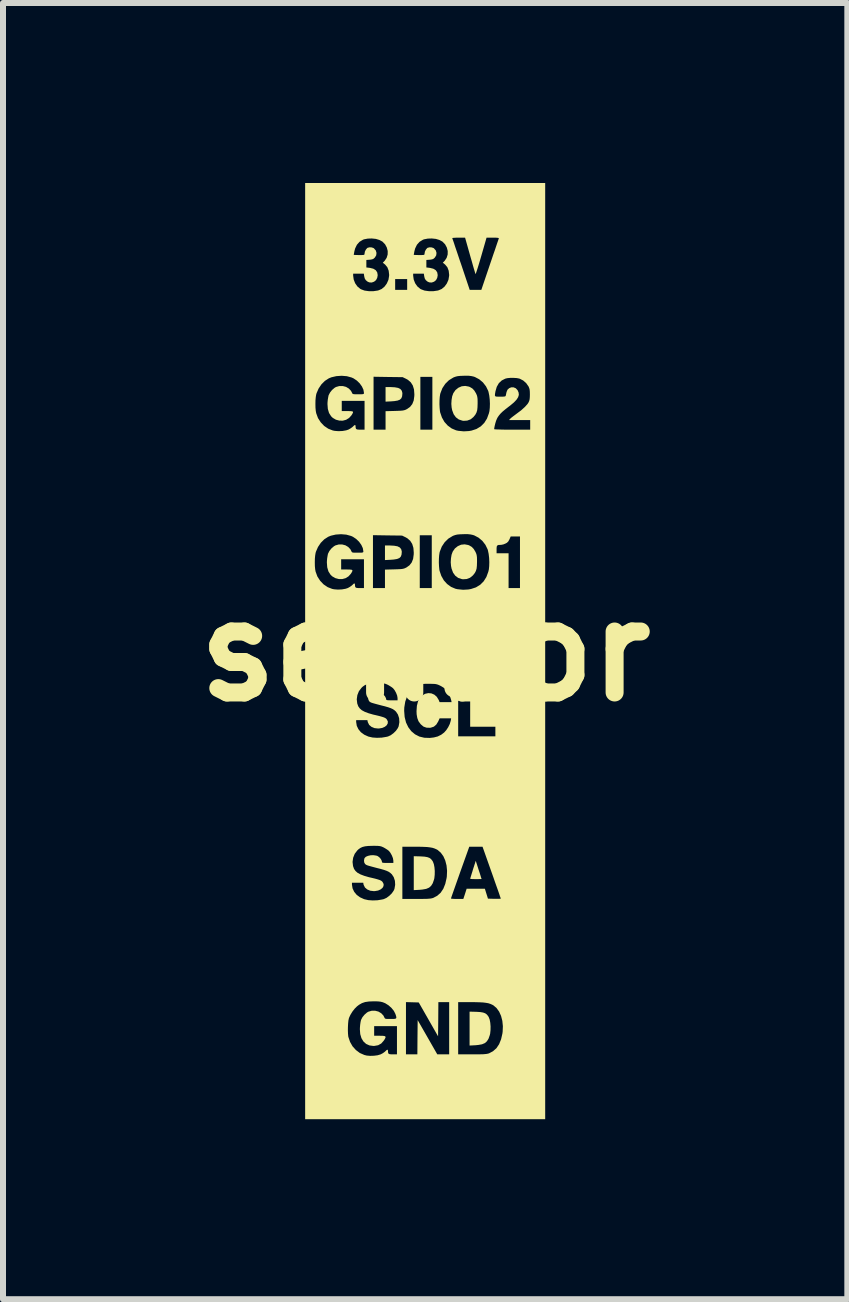
<source format=kicad_pcb>
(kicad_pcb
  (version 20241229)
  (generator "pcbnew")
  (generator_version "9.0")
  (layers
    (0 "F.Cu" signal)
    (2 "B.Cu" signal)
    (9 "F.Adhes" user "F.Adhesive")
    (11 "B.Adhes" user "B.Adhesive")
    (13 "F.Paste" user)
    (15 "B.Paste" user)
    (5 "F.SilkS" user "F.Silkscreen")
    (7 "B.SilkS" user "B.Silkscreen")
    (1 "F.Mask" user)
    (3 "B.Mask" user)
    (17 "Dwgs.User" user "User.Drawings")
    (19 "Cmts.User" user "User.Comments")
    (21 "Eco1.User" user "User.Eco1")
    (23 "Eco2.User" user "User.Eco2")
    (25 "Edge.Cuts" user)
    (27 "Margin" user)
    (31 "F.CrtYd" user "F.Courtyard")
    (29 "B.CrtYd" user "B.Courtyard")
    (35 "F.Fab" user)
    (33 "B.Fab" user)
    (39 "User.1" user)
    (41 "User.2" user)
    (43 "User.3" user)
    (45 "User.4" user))
  (footprint "sensor"
    (layer "F.Cu")
    (at 4.035 7.8)
    (property "Reference" "sensor" (at 0 0 0) (layer "F.SilkS") (effects (font (size 1.524 1.524) (thickness 0.3))))
    (attr board_only exclude_from_pos_files exclude_from_bom)
    (fp_poly (pts (xy -0.588 -1.76) (xy -0.516 -1.756) (xy -0.461 -1.746) (xy -0.423 -1.727) (xy -0.4 -1.699) (xy -0.39 -1.662) (xy -0.39 -1.649) (xy -0.394 -1.606) (xy -0.407 -1.573) (xy -0.431 -1.55) (xy -0.469 -1.535) (xy -0.523 -1.526) (xy -0.573 -1.522) (xy -0.67 -1.517) (xy -0.67 -1.76)) (stroke (width 0) (type solid)) (fill yes) (layer "F.SilkS"))
    (fp_poly (pts (xy -0.578 -4.4) (xy -0.506 -4.396) (xy -0.451 -4.386) (xy -0.413 -4.367) (xy -0.39 -4.339) (xy -0.38 -4.302) (xy -0.38 -4.289) (xy -0.384 -4.246) (xy -0.397 -4.213) (xy -0.421 -4.19) (xy -0.459 -4.175) (xy -0.513 -4.166) (xy -0.562 -4.162) (xy -0.66 -4.157) (xy -0.66 -4.4)) (stroke (width 0) (type solid)) (fill yes) (layer "F.SilkS"))
    (fp_poly (pts (xy 0.891 3.645) (xy 0.908 3.696) (xy 0.922 3.74) (xy 0.932 3.774) (xy 0.939 3.794) (xy 0.94 3.797) (xy 0.931 3.799) (xy 0.906 3.799) (xy 0.87 3.8) (xy 0.845 3.8) (xy 0.804 3.799) (xy 0.772 3.798) (xy 0.753 3.795) (xy 0.75 3.794) (xy 0.753 3.783) (xy 0.761 3.756) (xy 0.773 3.717) (xy 0.788 3.669) (xy 0.796 3.641) (xy 0.843 3.495)) (stroke (width 0) (type solid)) (fill yes) (layer "F.SilkS"))
    (fp_poly (pts (xy -0.077 3.421) (xy -0.013 3.425) (xy 0.035 3.433) (xy 0.071 3.446) (xy 0.098 3.466) (xy 0.121 3.495) (xy 0.13 3.511) (xy 0.145 3.551) (xy 0.155 3.604) (xy 0.16 3.665) (xy 0.159 3.727) (xy 0.153 3.785) (xy 0.146 3.812) (xy 0.126 3.869) (xy 0.099 3.912) (xy 0.065 3.942) (xy 0.018 3.962) (xy -0.043 3.973) (xy -0.092 3.978) (xy -0.19 3.983) (xy -0.19 3.418)) (stroke (width 0) (type solid)) (fill yes) (layer "F.SilkS"))
    (fp_poly (pts (xy 0.853 6.011) (xy 0.917 6.015) (xy 0.965 6.023) (xy 1.001 6.036) (xy 1.028 6.056) (xy 1.051 6.085) (xy 1.06 6.101) (xy 1.075 6.141) (xy 1.085 6.194) (xy 1.09 6.255) (xy 1.089 6.317) (xy 1.083 6.375) (xy 1.076 6.402) (xy 1.056 6.459) (xy 1.029 6.502) (xy 0.995 6.532) (xy 0.948 6.552) (xy 0.887 6.563) (xy 0.838 6.568) (xy 0.74 6.573) (xy 0.74 6.008)) (stroke (width 0) (type solid)) (fill yes) (layer "F.SilkS"))
    (fp_poly (pts (xy 0.717 -1.768) (xy 0.735 -1.761) (xy 0.777 -1.736) (xy 0.809 -1.702) (xy 0.838 -1.654) (xy 0.842 -1.645) (xy 0.853 -1.619) (xy 0.859 -1.594) (xy 0.863 -1.563) (xy 0.864 -1.521) (xy 0.864 -1.485) (xy 0.862 -1.422) (xy 0.857 -1.374) (xy 0.845 -1.335) (xy 0.827 -1.301) (xy 0.799 -1.266) (xy 0.794 -1.26) (xy 0.747 -1.222) (xy 0.691 -1.201) (xy 0.63 -1.197) (xy 0.61 -1.2) (xy 0.55 -1.22) (xy 0.502 -1.256) (xy 0.465 -1.307) (xy 0.44 -1.374) (xy 0.431 -1.419) (xy 0.426 -1.48) (xy 0.43 -1.545) (xy 0.44 -1.606) (xy 0.458 -1.655) (xy 0.459 -1.658) (xy 0.496 -1.711) (xy 0.544 -1.749) (xy 0.599 -1.773) (xy 0.658 -1.779)) (stroke (width 0) (type solid)) (fill yes) (layer "F.SilkS"))
    (fp_poly (pts (xy 0.727 -4.408) (xy 0.745 -4.401) (xy 0.787 -4.376) (xy 0.819 -4.342) (xy 0.848 -4.294) (xy 0.852 -4.285) (xy 0.863 -4.259) (xy 0.869 -4.234) (xy 0.873 -4.203) (xy 0.874 -4.161) (xy 0.874 -4.125) (xy 0.872 -4.062) (xy 0.867 -4.014) (xy 0.855 -3.975) (xy 0.837 -3.941) (xy 0.809 -3.906) (xy 0.804 -3.9) (xy 0.757 -3.862) (xy 0.701 -3.841) (xy 0.64 -3.837) (xy 0.62 -3.84) (xy 0.56 -3.86) (xy 0.512 -3.896) (xy 0.475 -3.947) (xy 0.45 -4.014) (xy 0.441 -4.059) (xy 0.436 -4.12) (xy 0.44 -4.185) (xy 0.45 -4.246) (xy 0.468 -4.295) (xy 0.469 -4.298) (xy 0.506 -4.351) (xy 0.554 -4.389) (xy 0.609 -4.413) (xy 0.668 -4.419)) (stroke (width 0) (type solid)) (fill yes) (layer "F.SilkS"))
    (fp_poly (pts (xy 2 7.8) (xy -2 7.8) (xy -2 6.319) (xy -1.288 6.319) (xy -1.286 6.374) (xy -1.282 6.417) (xy -1.28 6.429) (xy -1.252 6.512) (xy -1.21 6.586) (xy -1.154 6.648) (xy -1.089 6.697) (xy -1.014 6.73) (xy -0.974 6.74) (xy -0.916 6.745) (xy -0.853 6.743) (xy -0.792 6.735) (xy -0.742 6.72) (xy -0.74 6.719) (xy -0.706 6.701) (xy -0.674 6.678) (xy -0.664 6.669) (xy -0.641 6.647) (xy -0.627 6.642) (xy -0.621 6.652) (xy -0.62 6.664) (xy -0.618 6.692) (xy -0.61 6.709) (xy -0.592 6.717) (xy -0.559 6.72) (xy -0.539 6.72) (xy -0.47 6.72) (xy -0.47 6.25) (xy -0.85 6.25) (xy -0.85 6.41) (xy -0.755 6.41) (xy -0.706 6.411) (xy -0.675 6.415) (xy -0.661 6.425) (xy -0.661 6.442) (xy -0.675 6.469) (xy -0.691 6.493) (xy -0.732 6.539) (xy -0.784 6.568) (xy -0.846 6.579) (xy -0.861 6.58) (xy -0.928 6.571) (xy -0.984 6.546) (xy -1.029 6.505) (xy -1.062 6.45) (xy -1.082 6.382) (xy -1.088 6.302) (xy -1.087 6.271) (xy -1.083 6.226) (xy -1.077 6.184) (xy -1.07 6.152) (xy -1.069 6.147) (xy -1.046 6.102) (xy -1.011 6.059) (xy -0.97 6.023) (xy -0.946 6.009) (xy -0.89 5.993) (xy -0.833 5.993) (xy -0.779 6.007) (xy -0.732 6.035) (xy -0.696 6.073) (xy -0.681 6.103) (xy -0.675 6.115) (xy -0.668 6.123) (xy -0.654 6.128) (xy -0.63 6.13) (xy -0.591 6.13) (xy -0.575 6.13) (xy -0.528 6.13) (xy -0.498 6.127) (xy -0.483 6.118) (xy -0.48 6.101) (xy -0.487 6.073) (xy -0.497 6.044) (xy -0.522 5.995) (xy -0.561 5.947) (xy -0.61 5.903) (xy -0.664 5.869) (xy -0.685 5.86) (xy -0.714 5.849) (xy -0.32 5.849) (xy -0.32 6.72) (xy -0.13 6.72) (xy -0.128 6.435) (xy -0.125 6.149) (xy 0.039 6.435) (xy 0.202 6.72) (xy 0.4 6.72) (xy 0.4 5.85) (xy 0.55 5.85) (xy 0.55 6.72) (xy 0.782 6.72) (xy 0.86 6.72) (xy 0.92 6.719) (xy 0.967 6.718) (xy 1.002 6.715) (xy 1.028 6.712) (xy 1.05 6.707) (xy 1.064 6.703) (xy 1.13 6.668) (xy 1.187 6.618) (xy 1.232 6.551) (xy 1.265 6.469) (xy 1.287 6.373) (xy 1.291 6.345) (xy 1.295 6.251) (xy 1.286 6.162) (xy 1.265 6.08) (xy 1.233 6.008) (xy 1.19 5.949) (xy 1.138 5.904) (xy 1.116 5.892) (xy 1.086 5.879) (xy 1.052 5.868) (xy 1.012 5.861) (xy 0.963 5.855) (xy 0.901 5.852) (xy 0.825 5.85) (xy 0.752 5.85) (xy 0.55 5.85) (xy 0.4 5.85) (xy 0.22 5.85) (xy 0.218 6.134) (xy 0.215 6.419) (xy 0.054 6.137) (xy -0.107 5.855) (xy -0.214 5.852) (xy -0.32 5.849) (xy -0.714 5.849) (xy -0.716 5.849) (xy -0.745 5.842) (xy -0.78 5.838) (xy -0.825 5.836) (xy -0.86 5.836) (xy -0.937 5.839) (xy -1 5.848) (xy -1.053 5.866) (xy -1.102 5.894) (xy -1.137 5.921) (xy -1.175 5.959) (xy -1.213 6.008) (xy -1.246 6.062) (xy -1.269 6.112) (xy -1.271 6.119) (xy -1.279 6.155) (xy -1.284 6.204) (xy -1.287 6.261) (xy -1.288 6.319) (xy -2 6.319) (xy -2 3.891) (xy -1.22 3.891) (xy -1.21 3.954) (xy -1.183 4.011) (xy -1.141 4.062) (xy -1.085 4.103) (xy -1.017 4.134) (xy -0.947 4.15) (xy -0.873 4.155) (xy -0.794 4.152) (xy -0.721 4.14) (xy -0.69 4.133) (xy -0.644 4.112) (xy -0.598 4.078) (xy -0.557 4.038) (xy -0.526 3.994) (xy -0.512 3.964) (xy -0.5 3.895) (xy -0.504 3.828) (xy -0.524 3.767) (xy -0.557 3.717) (xy -0.558 3.717) (xy -0.581 3.696) (xy -0.607 3.678) (xy -0.641 3.662) (xy -0.686 3.646) (xy -0.745 3.629) (xy -0.798 3.616) (xy -0.862 3.599) (xy -0.91 3.586) (xy -0.945 3.576) (xy -0.969 3.568) (xy -0.985 3.56) (xy -0.997 3.551) (xy -1.003 3.545) (xy -1.016 3.52) (xy -1.019 3.487) (xy -1.012 3.454) (xy -1.01 3.449) (xy -0.988 3.427) (xy -0.952 3.412) (xy -0.907 3.402) (xy -0.86 3.401) (xy -0.814 3.408) (xy -0.795 3.414) (xy -0.766 3.434) (xy -0.74 3.463) (xy -0.724 3.494) (xy -0.72 3.513) (xy -0.718 3.521) (xy -0.709 3.526) (xy -0.69 3.529) (xy -0.657 3.53) (xy -0.625 3.53) (xy -0.53 3.53) (xy -0.53 3.493) (xy -0.537 3.451) (xy -0.555 3.405) (xy -0.58 3.36) (xy -0.606 3.328) (xy -0.631 3.309) (xy -0.666 3.287) (xy -0.69 3.273) (xy -0.714 3.262) (xy -0.718 3.26) (xy -0.38 3.26) (xy -0.38 4.13) (xy -0.147 4.13) (xy -0.07 4.13) (xy -0.01 4.129) (xy 0.037 4.128) (xy 0.072 4.125) (xy 0.093 4.123) (xy 0.43 4.123) (xy 0.439 4.126) (xy 0.464 4.128) (xy 0.501 4.13) (xy 0.533 4.13) (xy 0.636 4.13) (xy 0.664 4.045) (xy 0.691 3.96) (xy 0.995 3.96) (xy 1.046 4.125) (xy 1.153 4.128) (xy 1.196 4.128) (xy 1.231 4.128) (xy 1.254 4.126) (xy 1.26 4.124) (xy 1.257 4.114) (xy 1.247 4.087) (xy 1.233 4.044) (xy 1.214 3.989) (xy 1.19 3.922) (xy 1.163 3.846) (xy 1.134 3.762) (xy 1.108 3.689) (xy 0.956 3.26) (xy 0.735 3.26) (xy 0.582 3.688) (xy 0.551 3.776) (xy 0.522 3.858) (xy 0.496 3.932) (xy 0.473 3.997) (xy 0.454 4.051) (xy 0.44 4.091) (xy 0.432 4.115) (xy 0.43 4.123) (xy 0.093 4.123) (xy 0.098 4.122) (xy 0.12 4.117) (xy 0.134 4.113) (xy 0.2 4.078) (xy 0.257 4.028) (xy 0.302 3.961) (xy 0.335 3.879) (xy 0.357 3.783) (xy 0.361 3.755) (xy 0.365 3.661) (xy 0.356 3.572) (xy 0.335 3.49) (xy 0.303 3.418) (xy 0.26 3.359) (xy 0.208 3.314) (xy 0.186 3.302) (xy 0.156 3.289) (xy 0.122 3.278) (xy 0.082 3.271) (xy 0.033 3.265) (xy -0.029 3.262) (xy -0.105 3.26) (xy -0.177 3.26) (xy -0.38 3.26) (xy -0.718 3.26) (xy -0.735 3.254) (xy -0.758 3.249) (xy -0.787 3.246) (xy -0.828 3.245) (xy -0.875 3.245) (xy -0.946 3.247) (xy -1.001 3.253) (xy -1.045 3.264) (xy -1.081 3.281) (xy -1.115 3.306) (xy -1.132 3.323) (xy -1.174 3.378) (xy -1.2 3.443) (xy -1.21 3.513) (xy -1.202 3.583) (xy -1.2 3.588) (xy -1.185 3.63) (xy -1.16 3.665) (xy -1.126 3.695) (xy -1.078 3.721) (xy -1.015 3.745) (xy -0.936 3.768) (xy -0.9 3.776) (xy -0.837 3.791) (xy -0.791 3.804) (xy -0.757 3.815) (xy -0.734 3.826) (xy -0.718 3.838) (xy -0.709 3.849) (xy -0.692 3.882) (xy -0.694 3.915) (xy -0.711 3.946) (xy -0.742 3.971) (xy -0.784 3.99) (xy -0.836 3.999) (xy -0.855 4) (xy -0.915 3.993) (xy -0.965 3.972) (xy -1.003 3.94) (xy -1.024 3.898) (xy -1.027 3.889) (xy -1.032 3.86) (xy -1.22 3.86) (xy -1.22 3.891) (xy -2 3.891) (xy -2 1.181) (xy -1.15 1.181) (xy -1.14 1.244) (xy -1.113 1.301) (xy -1.071 1.352) (xy -1.015 1.393) (xy -0.947 1.424) (xy -0.877 1.44) (xy -0.803 1.445) (xy -0.724 1.442) (xy -0.651 1.43) (xy -0.62 1.423) (xy -0.574 1.402) (xy -0.528 1.368) (xy -0.487 1.328) (xy -0.456 1.284) (xy -0.442 1.254) (xy -0.43 1.185) (xy -0.434 1.118) (xy -0.454 1.057) (xy -0.487 1.007) (xy -0.488 1.007) (xy -0.501 0.995) (xy -0.35 0.995) (xy -0.342 1.098) (xy -0.319 1.19) (xy -0.281 1.269) (xy -0.231 1.335) (xy -0.169 1.387) (xy -0.097 1.424) (xy -0.014 1.444) (xy 0.077 1.447) (xy 0.145 1.439) (xy 0.211 1.422) (xy 0.214 1.42) (xy 0.55 1.42) (xy 1.17 1.42) (xy 1.17 1.26) (xy 0.75 1.26) (xy 0.75 0.55) (xy 0.55 0.55) (xy 0.55 1.42) (xy 0.214 1.42) (xy 0.267 1.394) (xy 0.316 1.357) (xy 0.351 1.318) (xy 0.384 1.268) (xy 0.41 1.215) (xy 0.425 1.165) (xy 0.426 1.162) (xy 0.433 1.12) (xy 0.241 1.12) (xy 0.217 1.173) (xy 0.185 1.225) (xy 0.145 1.259) (xy 0.094 1.276) (xy 0.08 1.278) (xy 0.022 1.276) (xy -0.028 1.258) (xy -0.072 1.221) (xy -0.078 1.214) (xy -0.111 1.169) (xy -0.131 1.116) (xy -0.142 1.053) (xy -0.144 1.001) (xy -0.138 0.912) (xy -0.12 0.839) (xy -0.09 0.781) (xy -0.089 0.78) (xy -0.047 0.737) (xy 0.001 0.711) (xy 0.053 0.7) (xy 0.105 0.705) (xy 0.153 0.726) (xy 0.194 0.762) (xy 0.224 0.812) (xy 0.225 0.812) (xy 0.24 0.85) (xy 0.44 0.85) (xy 0.434 0.818) (xy 0.421 0.775) (xy 0.4 0.726) (xy 0.373 0.68) (xy 0.345 0.642) (xy 0.333 0.629) (xy 0.302 0.606) (xy 0.264 0.583) (xy 0.24 0.571) (xy 0.215 0.56) (xy 0.192 0.553) (xy 0.166 0.548) (xy 0.131 0.546) (xy 0.084 0.545) (xy 0.06 0.545) (xy 0.007 0.545) (xy -0.031 0.547) (xy -0.059 0.55) (xy -0.082 0.556) (xy -0.106 0.566) (xy -0.132 0.578) (xy -0.202 0.623) (xy -0.259 0.683) (xy -0.302 0.756) (xy -0.332 0.842) (xy -0.348 0.94) (xy -0.35 0.995) (xy -0.501 0.995) (xy -0.511 0.986) (xy -0.537 0.968) (xy -0.571 0.952) (xy -0.616 0.936) (xy -0.675 0.919) (xy -0.728 0.906) (xy -0.792 0.889) (xy -0.84 0.876) (xy -0.875 0.866) (xy -0.899 0.858) (xy -0.915 0.85) (xy -0.927 0.841) (xy -0.933 0.835) (xy -0.946 0.81) (xy -0.949 0.777) (xy -0.942 0.744) (xy -0.94 0.739) (xy -0.918 0.717) (xy -0.882 0.702) (xy -0.837 0.692) (xy -0.79 0.691) (xy -0.744 0.698) (xy -0.725 0.704) (xy -0.696 0.724) (xy -0.67 0.753) (xy -0.654 0.784) (xy -0.65 0.802) (xy -0.648 0.811) (xy -0.639 0.816) (xy -0.62 0.819) (xy -0.587 0.82) (xy -0.555 0.82) (xy -0.46 0.82) (xy -0.46 0.782) (xy -0.467 0.741) (xy -0.485 0.695) (xy -0.51 0.65) (xy -0.536 0.618) (xy -0.561 0.599) (xy -0.596 0.577) (xy -0.62 0.563) (xy -0.644 0.552) (xy -0.665 0.544) (xy -0.688 0.539) (xy -0.717 0.536) (xy -0.758 0.535) (xy -0.805 0.535) (xy -0.876 0.537) (xy -0.931 0.543) (xy -0.975 0.554) (xy -1.011 0.571) (xy -1.045 0.596) (xy -1.062 0.613) (xy -1.104 0.668) (xy -1.13 0.733) (xy -1.14 0.803) (xy -1.132 0.873) (xy -1.13 0.878) (xy -1.115 0.92) (xy -1.09 0.955) (xy -1.056 0.985) (xy -1.008 1.011) (xy -0.945 1.035) (xy -0.866 1.058) (xy -0.83 1.066) (xy -0.767 1.081) (xy -0.721 1.094) (xy -0.687 1.105) (xy -0.664 1.116) (xy -0.648 1.128) (xy -0.639 1.139) (xy -0.622 1.172) (xy -0.624 1.205) (xy -0.641 1.236) (xy -0.672 1.261) (xy -0.714 1.28) (xy -0.766 1.289) (xy -0.785 1.29) (xy -0.845 1.283) (xy -0.895 1.262) (xy -0.933 1.23) (xy -0.954 1.188) (xy -0.957 1.179) (xy -0.963 1.15) (xy -1.15 1.15) (xy -1.15 1.181) (xy -2 1.181) (xy -2 -1.478) (xy -1.839 -1.478) (xy -1.838 -1.417) (xy -1.833 -1.363) (xy -1.826 -1.325) (xy -1.796 -1.243) (xy -1.75 -1.172) (xy -1.693 -1.112) (xy -1.625 -1.066) (xy -1.551 -1.037) (xy -1.518 -1.03) (xy -1.454 -1.025) (xy -1.387 -1.028) (xy -1.325 -1.039) (xy -1.289 -1.051) (xy -1.255 -1.07) (xy -1.224 -1.092) (xy -1.214 -1.101) (xy -1.191 -1.123) (xy -1.177 -1.128) (xy -1.171 -1.118) (xy -1.17 -1.106) (xy -1.168 -1.078) (xy -1.16 -1.061) (xy -1.142 -1.053) (xy -1.109 -1.05) (xy -1.089 -1.05) (xy -1.02 -1.05) (xy -1.02 -1.53) (xy -1.4 -1.53) (xy -1.4 -1.36) (xy -1.305 -1.36) (xy -1.257 -1.359) (xy -1.227 -1.356) (xy -1.213 -1.349) (xy -1.213 -1.334) (xy -1.225 -1.31) (xy -1.239 -1.288) (xy -1.278 -1.245) (xy -1.327 -1.215) (xy -1.382 -1.2) (xy -1.44 -1.201) (xy -1.497 -1.216) (xy -1.549 -1.246) (xy -1.577 -1.273) (xy -1.612 -1.328) (xy -1.632 -1.396) (xy -1.638 -1.477) (xy -1.637 -1.504) (xy -1.633 -1.548) (xy -1.626 -1.59) (xy -1.62 -1.62) (xy -1.619 -1.623) (xy -1.596 -1.668) (xy -1.562 -1.711) (xy -1.52 -1.747) (xy -1.496 -1.761) (xy -1.44 -1.777) (xy -1.383 -1.777) (xy -1.329 -1.763) (xy -1.282 -1.735) (xy -1.246 -1.697) (xy -1.231 -1.667) (xy -1.225 -1.655) (xy -1.218 -1.647) (xy -1.204 -1.642) (xy -1.18 -1.64) (xy -1.141 -1.64) (xy -1.125 -1.64) (xy -1.081 -1.64) (xy -1.053 -1.641) (xy -1.038 -1.645) (xy -1.031 -1.651) (xy -1.03 -1.661) (xy -1.03 -1.663) (xy -1.039 -1.716) (xy -1.064 -1.77) (xy -1.102 -1.823) (xy -1.15 -1.869) (xy -1.204 -1.905) (xy -1.235 -1.919) (xy -1.282 -1.932) (xy -0.87 -1.932) (xy -0.87 -1.05) (xy -0.67 -1.05) (xy -0.09 -1.05) (xy 0.11 -1.05) (xy 0.11 -1.474) (xy 0.228 -1.474) (xy 0.231 -1.413) (xy 0.236 -1.36) (xy 0.24 -1.338) (xy 0.269 -1.253) (xy 0.311 -1.179) (xy 0.366 -1.118) (xy 0.432 -1.07) (xy 0.505 -1.039) (xy 0.542 -1.031) (xy 0.633 -1.022) (xy 0.72 -1.027) (xy 0.764 -1.035) (xy 0.846 -1.062) (xy 0.917 -1.105) (xy 0.975 -1.163) (xy 1.02 -1.235) (xy 1.052 -1.322) (xy 1.061 -1.359) (xy 1.067 -1.415) (xy 1.069 -1.482) (xy 1.066 -1.552) (xy 1.058 -1.62) (xy 1.056 -1.63) (xy 1.19 -1.63) (xy 1.39 -1.63) (xy 1.39 -1.05) (xy 1.58 -1.05) (xy 1.58 -1.91) (xy 1.502 -1.91) (xy 1.425 -1.91) (xy 1.404 -1.861) (xy 1.385 -1.827) (xy 1.362 -1.805) (xy 1.338 -1.792) (xy 1.303 -1.778) (xy 1.269 -1.771) (xy 1.258 -1.77) (xy 1.223 -1.769) (xy 1.203 -1.761) (xy 1.193 -1.744) (xy 1.19 -1.713) (xy 1.19 -1.694) (xy 1.19 -1.63) (xy 1.056 -1.63) (xy 1.046 -1.677) (xy 1.041 -1.695) (xy 1.004 -1.771) (xy 0.953 -1.837) (xy 0.89 -1.89) (xy 0.818 -1.928) (xy 0.793 -1.936) (xy 0.755 -1.944) (xy 0.71 -1.949) (xy 0.653 -1.949) (xy 0.626 -1.948) (xy 0.573 -1.946) (xy 0.534 -1.942) (xy 0.503 -1.935) (xy 0.474 -1.925) (xy 0.458 -1.918) (xy 0.386 -1.874) (xy 0.325 -1.814) (xy 0.277 -1.742) (xy 0.245 -1.66) (xy 0.24 -1.642) (xy 0.233 -1.596) (xy 0.229 -1.538) (xy 0.228 -1.474) (xy 0.11 -1.474) (xy 0.11 -1.93) (xy -0.09 -1.93) (xy -0.09 -1.05) (xy -0.67 -1.05) (xy -0.67 -1.358) (xy -0.517 -1.362) (xy -0.458 -1.364) (xy -0.414 -1.366) (xy -0.383 -1.369) (xy -0.359 -1.374) (xy -0.338 -1.381) (xy -0.318 -1.391) (xy -0.313 -1.393) (xy -0.262 -1.429) (xy -0.225 -1.476) (xy -0.201 -1.536) (xy -0.191 -1.61) (xy -0.19 -1.64) (xy -0.196 -1.72) (xy -0.216 -1.786) (xy -0.249 -1.838) (xy -0.297 -1.88) (xy -0.327 -1.897) (xy -0.385 -1.925) (xy -0.627 -1.928) (xy -0.87 -1.932) (xy -1.282 -1.932) (xy -1.315 -1.941) (xy -1.402 -1.948) (xy -1.49 -1.942) (xy -1.572 -1.923) (xy -1.616 -1.905) (xy -1.681 -1.863) (xy -1.739 -1.805) (xy -1.786 -1.735) (xy -1.82 -1.657) (xy -1.826 -1.636) (xy -1.833 -1.594) (xy -1.838 -1.539) (xy -1.839 -1.478) (xy -2 -1.478) (xy -2 -4.118) (xy -1.829 -4.118) (xy -1.828 -4.057) (xy -1.823 -4.003) (xy -1.816 -3.965) (xy -1.786 -3.883) (xy -1.74 -3.812) (xy -1.683 -3.752) (xy -1.615 -3.706) (xy -1.541 -3.677) (xy -1.508 -3.67) (xy -1.444 -3.665) (xy -1.377 -3.668) (xy -1.315 -3.679) (xy -1.279 -3.691) (xy -1.245 -3.71) (xy -1.214 -3.732) (xy -1.204 -3.741) (xy -1.181 -3.763) (xy -1.167 -3.768) (xy -1.161 -3.758) (xy -1.16 -3.746) (xy -1.158 -3.718) (xy -1.15 -3.701) (xy -1.132 -3.693) (xy -1.099 -3.69) (xy -1.079 -3.69) (xy -1.01 -3.69) (xy -1.01 -4.17) (xy -1.39 -4.17) (xy -1.39 -4) (xy -1.295 -4) (xy -1.247 -3.999) (xy -1.217 -3.996) (xy -1.203 -3.989) (xy -1.203 -3.974) (xy -1.215 -3.95) (xy -1.229 -3.928) (xy -1.268 -3.885) (xy -1.317 -3.855) (xy -1.372 -3.84) (xy -1.43 -3.841) (xy -1.487 -3.856) (xy -1.539 -3.886) (xy -1.567 -3.913) (xy -1.602 -3.968) (xy -1.622 -4.036) (xy -1.628 -4.117) (xy -1.627 -4.144) (xy -1.623 -4.188) (xy -1.616 -4.23) (xy -1.61 -4.26) (xy -1.609 -4.263) (xy -1.586 -4.308) (xy -1.552 -4.351) (xy -1.51 -4.387) (xy -1.486 -4.401) (xy -1.43 -4.417) (xy -1.373 -4.417) (xy -1.319 -4.403) (xy -1.272 -4.375) (xy -1.236 -4.337) (xy -1.221 -4.308) (xy -1.215 -4.295) (xy -1.208 -4.287) (xy -1.194 -4.282) (xy -1.17 -4.28) (xy -1.131 -4.28) (xy -1.115 -4.28) (xy -1.071 -4.28) (xy -1.043 -4.281) (xy -1.028 -4.285) (xy -1.021 -4.291) (xy -1.02 -4.301) (xy -1.02 -4.303) (xy -1.029 -4.356) (xy -1.054 -4.41) (xy -1.092 -4.463) (xy -1.14 -4.509) (xy -1.194 -4.545) (xy -1.225 -4.559) (xy -1.272 -4.572) (xy -0.86 -4.572) (xy -0.86 -3.69) (xy -0.66 -3.69) (xy -0.08 -3.69) (xy 0.12 -3.69) (xy 0.12 -4.114) (xy 0.238 -4.114) (xy 0.241 -4.053) (xy 0.246 -4) (xy 0.25 -3.978) (xy 0.279 -3.893) (xy 0.321 -3.819) (xy 0.376 -3.758) (xy 0.442 -3.71) (xy 0.515 -3.679) (xy 0.552 -3.671) (xy 0.643 -3.662) (xy 0.73 -3.667) (xy 0.774 -3.675) (xy 0.845 -3.698) (xy 1.15 -3.698) (xy 1.16 -3.696) (xy 1.187 -3.694) (xy 1.229 -3.693) (xy 1.284 -3.691) (xy 1.349 -3.69) (xy 1.422 -3.69) (xy 1.45 -3.69) (xy 1.75 -3.69) (xy 1.75 -3.85) (xy 1.397 -3.85) (xy 1.416 -3.871) (xy 1.432 -3.886) (xy 1.46 -3.908) (xy 1.496 -3.935) (xy 1.52 -3.953) (xy 1.6 -4.013) (xy 1.662 -4.069) (xy 1.706 -4.118) (xy 1.723 -4.145) (xy 1.734 -4.17) (xy 1.741 -4.198) (xy 1.744 -4.235) (xy 1.745 -4.275) (xy 1.744 -4.322) (xy 1.741 -4.356) (xy 1.734 -4.383) (xy 1.722 -4.411) (xy 1.719 -4.415) (xy 1.683 -4.466) (xy 1.634 -4.509) (xy 1.578 -4.538) (xy 1.567 -4.542) (xy 1.525 -4.55) (xy 1.472 -4.553) (xy 1.417 -4.553) (xy 1.367 -4.548) (xy 1.335 -4.54) (xy 1.276 -4.51) (xy 1.228 -4.465) (xy 1.193 -4.404) (xy 1.171 -4.328) (xy 1.171 -4.326) (xy 1.164 -4.286) (xy 1.162 -4.261) (xy 1.168 -4.247) (xy 1.186 -4.241) (xy 1.219 -4.24) (xy 1.25 -4.24) (xy 1.292 -4.24) (xy 1.319 -4.242) (xy 1.334 -4.245) (xy 1.341 -4.253) (xy 1.345 -4.264) (xy 1.345 -4.265) (xy 1.351 -4.295) (xy 1.356 -4.317) (xy 1.372 -4.356) (xy 1.401 -4.382) (xy 1.436 -4.396) (xy 1.474 -4.395) (xy 1.51 -4.38) (xy 1.539 -4.349) (xy 1.54 -4.348) (xy 1.557 -4.309) (xy 1.561 -4.27) (xy 1.549 -4.231) (xy 1.522 -4.189) (xy 1.478 -4.143) (xy 1.416 -4.091) (xy 1.396 -4.076) (xy 1.337 -4.03) (xy 1.291 -3.992) (xy 1.256 -3.958) (xy 1.23 -3.927) (xy 1.208 -3.895) (xy 1.196 -3.872) (xy 1.182 -3.839) (xy 1.169 -3.796) (xy 1.158 -3.751) (xy 1.151 -3.713) (xy 1.15 -3.698) (xy 0.845 -3.698) (xy 0.856 -3.702) (xy 0.927 -3.745) (xy 0.985 -3.803) (xy 1.03 -3.875) (xy 1.062 -3.962) (xy 1.071 -3.999) (xy 1.077 -4.055) (xy 1.079 -4.122) (xy 1.076 -4.192) (xy 1.068 -4.26) (xy 1.056 -4.317) (xy 1.051 -4.335) (xy 1.014 -4.411) (xy 0.963 -4.477) (xy 0.9 -4.53) (xy 0.828 -4.568) (xy 0.803 -4.576) (xy 0.765 -4.584) (xy 0.72 -4.589) (xy 0.663 -4.589) (xy 0.636 -4.588) (xy 0.583 -4.586) (xy 0.544 -4.582) (xy 0.513 -4.575) (xy 0.484 -4.565) (xy 0.468 -4.558) (xy 0.396 -4.514) (xy 0.335 -4.454) (xy 0.287 -4.382) (xy 0.255 -4.3) (xy 0.25 -4.282) (xy 0.243 -4.236) (xy 0.239 -4.178) (xy 0.238 -4.114) (xy 0.12 -4.114) (xy 0.12 -4.57) (xy -0.08 -4.57) (xy -0.08 -3.69) (xy -0.66 -3.69) (xy -0.66 -3.998) (xy -0.507 -4.002) (xy -0.448 -4.004) (xy -0.404 -4.006) (xy -0.373 -4.009) (xy -0.349 -4.014) (xy -0.328 -4.021) (xy -0.308 -4.031) (xy -0.303 -4.033) (xy -0.252 -4.069) (xy -0.215 -4.116) (xy -0.191 -4.176) (xy -0.181 -4.25) (xy -0.18 -4.28) (xy -0.186 -4.36) (xy -0.206 -4.426) (xy -0.239 -4.478) (xy -0.287 -4.52) (xy -0.317 -4.537) (xy -0.375 -4.565) (xy -0.618 -4.568) (xy -0.86 -4.572) (xy -1.272 -4.572) (xy -1.305 -4.581) (xy -1.392 -4.588) (xy -1.48 -4.582) (xy -1.562 -4.563) (xy -1.606 -4.545) (xy -1.671 -4.503) (xy -1.729 -4.445) (xy -1.776 -4.375) (xy -1.81 -4.297) (xy -1.816 -4.276) (xy -1.823 -4.234) (xy -1.828 -4.179) (xy -1.829 -4.118) (xy -2 -4.118) (xy -2 -6.257) (xy -1.2 -6.257) (xy -1.191 -6.192) (xy -1.167 -6.13) (xy -1.13 -6.077) (xy -1.082 -6.037) (xy -1.068 -6.029) (xy -1.011 -6.008) (xy -0.941 -5.998) (xy -0.867 -5.997) (xy -0.792 -6.008) (xy -0.78 -6.011) (xy -0.758 -6.02) (xy -0.5 -6.02) (xy -0.3 -6.02) (xy -0.3 -6.2) (xy -0.5 -6.2) (xy -0.5 -6.02) (xy -0.758 -6.02) (xy -0.725 -6.034) (xy -0.677 -6.074) (xy -0.639 -6.126) (xy -0.612 -6.187) (xy -0.601 -6.253) (xy -0.601 -6.257) (xy -0.2 -6.257) (xy -0.191 -6.192) (xy -0.167 -6.13) (xy -0.13 -6.077) (xy -0.082 -6.037) (xy -0.068 -6.029) (xy -0.011 -6.008) (xy 0.059 -5.998) (xy 0.133 -5.997) (xy 0.208 -6.008) (xy 0.22 -6.011) (xy 0.275 -6.034) (xy 0.323 -6.074) (xy 0.361 -6.126) (xy 0.388 -6.187) (xy 0.399 -6.253) (xy 0.4 -6.269) (xy 0.392 -6.339) (xy 0.37 -6.396) (xy 0.333 -6.441) (xy 0.328 -6.445) (xy 0.294 -6.472) (xy 0.326 -6.505) (xy 0.358 -6.553) (xy 0.375 -6.609) (xy 0.376 -6.667) (xy 0.361 -6.725) (xy 0.332 -6.779) (xy 0.288 -6.824) (xy 0.286 -6.825) (xy 0.238 -6.851) (xy 0.178 -6.869) (xy 0.111 -6.876) (xy 0.044 -6.874) (xy -0.018 -6.862) (xy -0.037 -6.855) (xy -0.093 -6.821) (xy -0.137 -6.772) (xy -0.167 -6.71) (xy -0.179 -6.665) (xy -0.185 -6.633) (xy -0.189 -6.611) (xy -0.19 -6.603) (xy -0.181 -6.602) (xy -0.156 -6.601) (xy -0.12 -6.6) (xy -0.1 -6.6) (xy -0.057 -6.6) (xy -0.031 -6.601) (xy -0.017 -6.605) (xy -0.011 -6.612) (xy -0.01 -6.623) (xy -0.01 -6.625) (xy -0.004 -6.659) (xy 0.013 -6.692) (xy 0.034 -6.716) (xy 0.039 -6.72) (xy 0.073 -6.729) (xy 0.11 -6.727) (xy 0.142 -6.715) (xy 0.146 -6.712) (xy 0.177 -6.677) (xy 0.189 -6.636) (xy 0.184 -6.595) (xy 0.162 -6.559) (xy 0.141 -6.539) (xy 0.119 -6.529) (xy 0.087 -6.523) (xy 0.077 -6.522) (xy 0.02 -6.518) (xy 0.02 -6.393) (xy 0.08 -6.386) (xy 0.136 -6.372) (xy 0.177 -6.347) (xy 0.201 -6.311) (xy 0.209 -6.265) (xy 0.201 -6.22) (xy 0.181 -6.182) (xy 0.149 -6.156) (xy 0.11 -6.142) (xy 0.07 -6.144) (xy 0.04 -6.157) (xy 0.01 -6.182) (xy -0.007 -6.21) (xy -0.016 -6.247) (xy -0.022 -6.29) (xy -0.2 -6.29) (xy -0.2 -6.257) (xy -0.601 -6.257) (xy -0.6 -6.269) (xy -0.608 -6.339) (xy -0.63 -6.396) (xy -0.667 -6.441) (xy -0.672 -6.445) (xy -0.706 -6.472) (xy -0.674 -6.505) (xy -0.642 -6.553) (xy -0.625 -6.609) (xy -0.624 -6.667) (xy -0.639 -6.725) (xy -0.668 -6.779) (xy -0.712 -6.824) (xy -0.714 -6.825) (xy -0.762 -6.851) (xy -0.822 -6.869) (xy -0.889 -6.876) (xy -0.956 -6.874) (xy -1.018 -6.862) (xy -1.037 -6.855) (xy -1.093 -6.821) (xy -1.137 -6.772) (xy -1.167 -6.71) (xy -1.179 -6.665) (xy -1.185 -6.633) (xy -1.189 -6.611) (xy -1.19 -6.603) (xy -1.181 -6.602) (xy -1.156 -6.601) (xy -1.12 -6.6) (xy -1.1 -6.6) (xy -1.057 -6.6) (xy -1.031 -6.601) (xy -1.017 -6.605) (xy -1.011 -6.612) (xy -1.01 -6.623) (xy -1.01 -6.625) (xy -1.004 -6.659) (xy -0.987 -6.692) (xy -0.966 -6.716) (xy -0.961 -6.72) (xy -0.927 -6.729) (xy -0.89 -6.727) (xy -0.858 -6.715) (xy -0.854 -6.712) (xy -0.823 -6.677) (xy -0.811 -6.636) (xy -0.816 -6.595) (xy -0.838 -6.559) (xy -0.859 -6.539) (xy -0.881 -6.529) (xy -0.913 -6.523) (xy -0.923 -6.522) (xy -0.98 -6.518) (xy -0.98 -6.393) (xy -0.92 -6.386) (xy -0.864 -6.372) (xy -0.823 -6.347) (xy -0.799 -6.311) (xy -0.791 -6.265) (xy -0.799 -6.22) (xy -0.819 -6.182) (xy -0.851 -6.156) (xy -0.89 -6.142) (xy -0.93 -6.144) (xy -0.96 -6.157) (xy -0.99 -6.182) (xy -1.007 -6.21) (xy -1.016 -6.247) (xy -1.022 -6.29) (xy -1.2 -6.29) (xy -1.2 -6.257) (xy -2 -6.257) (xy -2 -6.882) (xy 0.452 -6.882) (xy 0.455 -6.871) (xy 0.465 -6.843) (xy 0.48 -6.8) (xy 0.498 -6.744) (xy 0.521 -6.677) (xy 0.547 -6.6) (xy 0.575 -6.516) (xy 0.599 -6.447) (xy 0.742 -6.02) (xy 0.936 -6.02) (xy 1.079 -6.442) (xy 1.109 -6.53) (xy 1.137 -6.613) (xy 1.163 -6.687) (xy 1.185 -6.753) (xy 1.203 -6.806) (xy 1.217 -6.846) (xy 1.225 -6.871) (xy 1.228 -6.878) (xy 1.225 -6.883) (xy 1.209 -6.887) (xy 1.179 -6.889) (xy 1.132 -6.89) (xy 1.128 -6.89) (xy 1.023 -6.89) (xy 0.934 -6.581) (xy 0.912 -6.506) (xy 0.892 -6.439) (xy 0.874 -6.381) (xy 0.859 -6.335) (xy 0.848 -6.302) (xy 0.841 -6.285) (xy 0.839 -6.283) (xy 0.835 -6.295) (xy 0.826 -6.325) (xy 0.813 -6.368) (xy 0.797 -6.423) (xy 0.779 -6.488) (xy 0.758 -6.56) (xy 0.749 -6.592) (xy 0.665 -6.89) (xy 0.557 -6.89) (xy 0.513 -6.889) (xy 0.479 -6.887) (xy 0.457 -6.885) (xy 0.452 -6.882) (xy -2 -6.882) (xy -2 -7.8) (xy 2 -7.8)) (stroke (width 0) (type solid)) (fill yes) (layer "F.SilkS")))
  (gr_rect
    (start -3 -3)
    (end 11.07 18.6)
    (stroke (width 0.1) (type default))
    (fill no)
    (layer "Edge.Cuts")))
</source>
